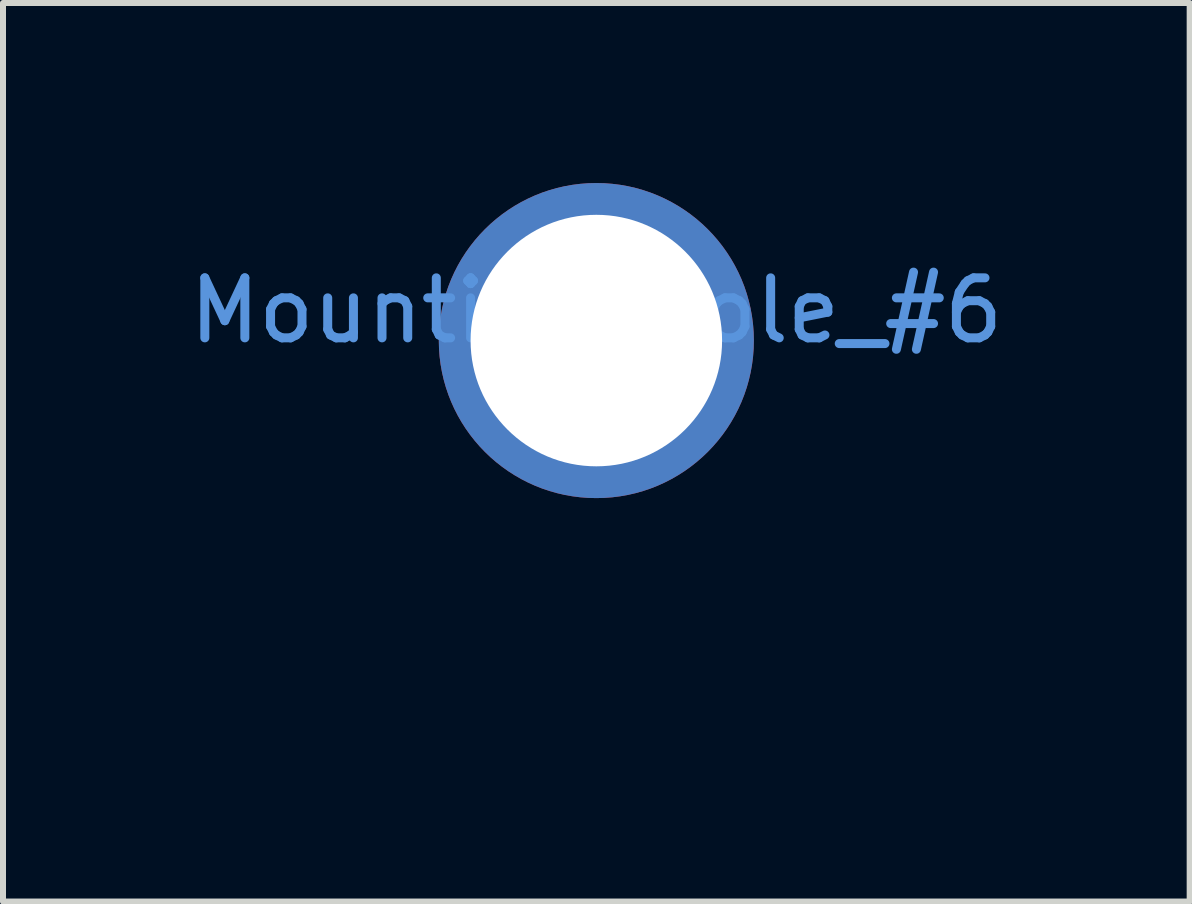
<source format=kicad_pcb>
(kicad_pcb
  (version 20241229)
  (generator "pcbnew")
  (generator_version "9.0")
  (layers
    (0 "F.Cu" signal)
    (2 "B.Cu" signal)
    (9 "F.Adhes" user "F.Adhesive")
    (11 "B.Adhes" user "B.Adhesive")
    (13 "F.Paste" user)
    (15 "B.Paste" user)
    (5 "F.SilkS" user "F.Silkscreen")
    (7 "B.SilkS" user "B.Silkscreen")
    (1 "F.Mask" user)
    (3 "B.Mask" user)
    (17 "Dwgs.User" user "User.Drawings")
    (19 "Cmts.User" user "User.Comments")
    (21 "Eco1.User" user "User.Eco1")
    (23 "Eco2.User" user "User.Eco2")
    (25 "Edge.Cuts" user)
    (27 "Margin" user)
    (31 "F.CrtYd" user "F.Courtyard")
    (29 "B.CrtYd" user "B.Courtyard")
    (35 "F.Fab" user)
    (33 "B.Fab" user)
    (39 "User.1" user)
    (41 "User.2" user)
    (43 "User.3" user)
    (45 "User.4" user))
  (footprint "Mounting_Hole_#6"
    (layer "F.Cu")
    (at 6.887 2.625)
    (property "Reference" "Mounting_Hole_#6" (at 0 -0.5 0) (unlocked yes) (layer "Cmts.User") (effects (font (size 1 1) (thickness 0.15))))
    (attr through_hole exclude_from_bom)
    (fp_text user "${REFERENCE}" (at 0 5.5 0) (unlocked yes) (layer "User.6") (effects (font (size 1 1) (thickness 0.15))))
    (pad "1" thru_hole circle (at 0 0) (size 5.25 5.25) (drill 4.191) (layers "*.Cu" "*.Mask")))
  (gr_rect
    (start -3 -3)
    (end 16.774 11.973)
    (stroke (width 0.1) (type default))
    (fill no)
    (layer "Edge.Cuts")))
</source>
